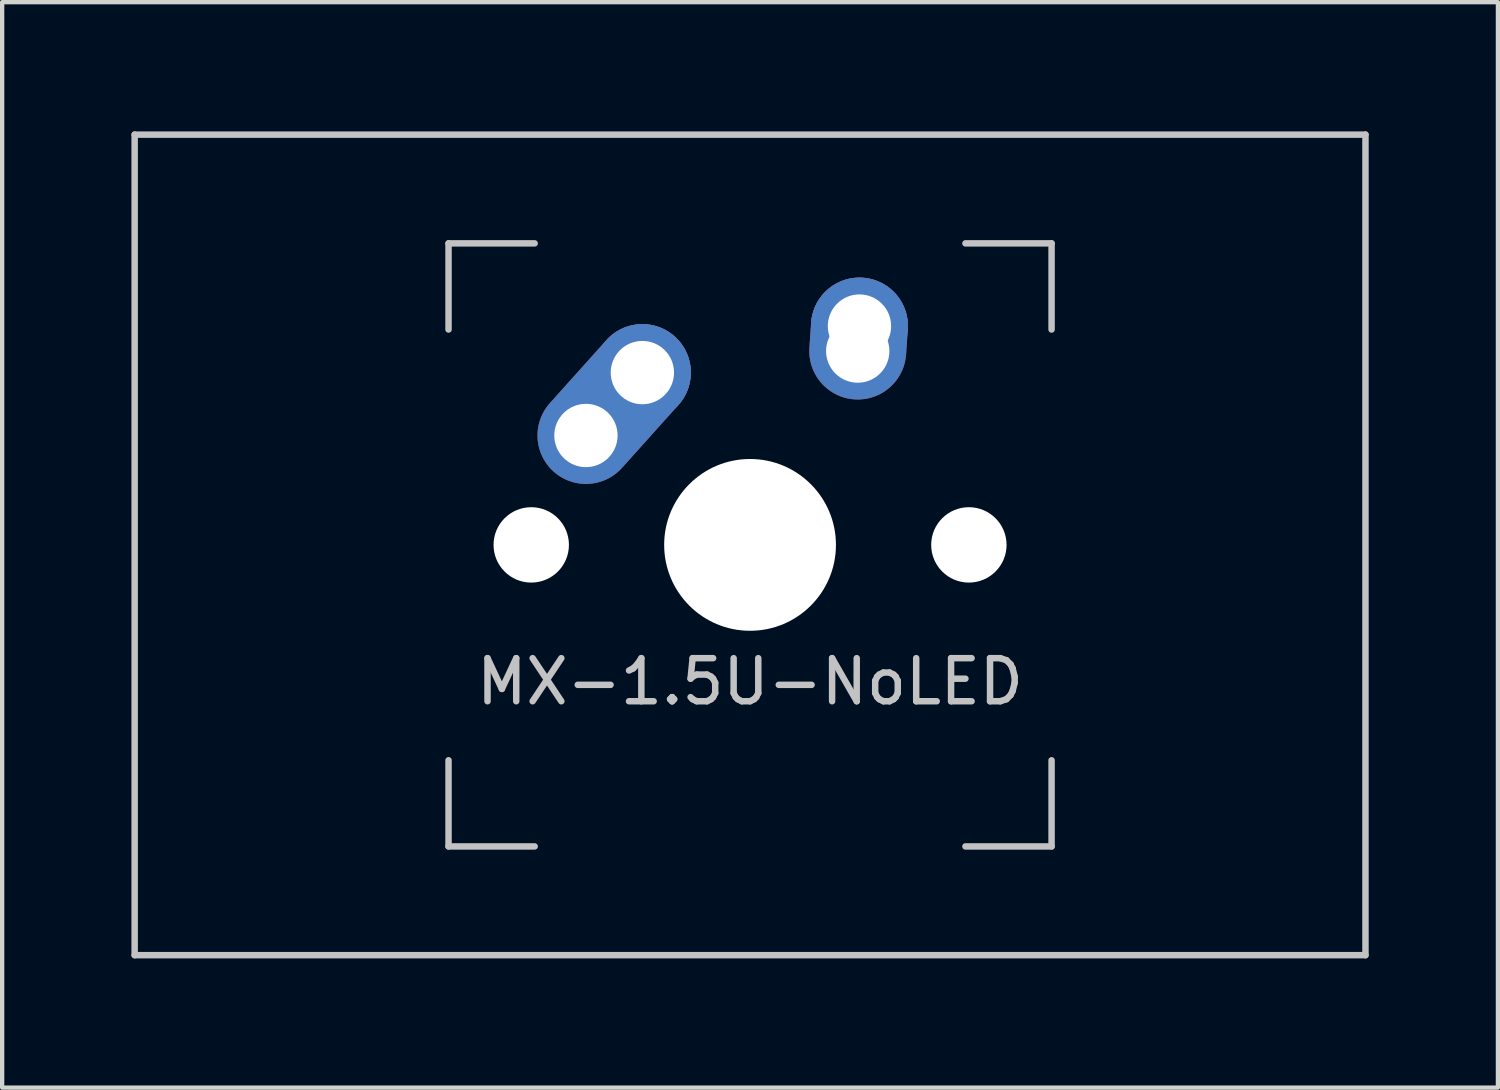
<source format=kicad_pcb>
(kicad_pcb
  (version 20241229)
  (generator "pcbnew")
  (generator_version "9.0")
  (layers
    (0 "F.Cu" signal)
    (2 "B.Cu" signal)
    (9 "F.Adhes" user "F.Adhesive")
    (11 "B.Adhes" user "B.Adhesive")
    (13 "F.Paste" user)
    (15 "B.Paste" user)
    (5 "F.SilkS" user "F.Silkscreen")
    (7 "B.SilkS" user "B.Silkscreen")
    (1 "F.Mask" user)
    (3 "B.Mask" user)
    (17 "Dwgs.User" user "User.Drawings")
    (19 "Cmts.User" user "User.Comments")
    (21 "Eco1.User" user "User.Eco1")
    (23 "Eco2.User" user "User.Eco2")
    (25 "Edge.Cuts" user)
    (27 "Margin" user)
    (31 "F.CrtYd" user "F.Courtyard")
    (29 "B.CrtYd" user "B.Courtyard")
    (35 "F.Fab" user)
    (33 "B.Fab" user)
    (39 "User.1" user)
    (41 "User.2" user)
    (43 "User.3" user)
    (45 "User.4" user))
  (footprint "MX-1.5U-NoLED"
    (layer "F.Cu")
    (at 14.363 9.6)
    (property "Reference" "MX-1.5U-NoLED" (at 0 3.175 0) (layer "Dwgs.User") (effects (font (size 1 1) (thickness 0.15))))
    (attr through_hole)
    (fp_line (start -14.287 -9.525) (end 14.287 -9.525) (stroke (width 0.15) (type solid)) (layer "Dwgs.User"))
    (fp_line (start -14.287 9.525) (end -14.287 -9.525) (stroke (width 0.15) (type solid)) (layer "Dwgs.User"))
    (fp_line (start -7 -7) (end -7 -5) (stroke (width 0.15) (type solid)) (layer "Dwgs.User"))
    (fp_line (start -7 5) (end -7 7) (stroke (width 0.15) (type solid)) (layer "Dwgs.User"))
    (fp_line (start -7 7) (end -5 7) (stroke (width 0.15) (type solid)) (layer "Dwgs.User"))
    (fp_line (start -5 -7) (end -7 -7) (stroke (width 0.15) (type solid)) (layer "Dwgs.User"))
    (fp_line (start 5 -7) (end 7 -7) (stroke (width 0.15) (type solid)) (layer "Dwgs.User"))
    (fp_line (start 5 7) (end 7 7) (stroke (width 0.15) (type solid)) (layer "Dwgs.User"))
    (fp_line (start 7 -7) (end 7 -5) (stroke (width 0.15) (type solid)) (layer "Dwgs.User"))
    (fp_line (start 7 7) (end 7 5) (stroke (width 0.15) (type solid)) (layer "Dwgs.User"))
    (fp_line (start 14.287 -9.525) (end 14.287 9.525) (stroke (width 0.15) (type solid)) (layer "Dwgs.User"))
    (fp_line (start 14.287 9.525) (end -14.287 9.525) (stroke (width 0.15) (type solid)) (layer "Dwgs.User"))
    (pad "" np_thru_hole circle (at -5.08 0 48.1) (size 1.75 1.75) (drill 1.75) (layers "*.Cu" "*.Mask"))
    (pad "" np_thru_hole circle (at 0 0) (size 3.988 3.988) (drill 3.988) (layers "*.Cu" "*.Mask"))
    (pad "" np_thru_hole circle (at 5.08 0 48.1) (size 1.75 1.75) (drill 1.75) (layers "*.Cu" "*.Mask"))
    (pad "1" thru_hole oval (at -3.81 -2.54 48.1) (size 4.212 2.25) (drill 1.47 (offset 0.981 0)) (layers "*.Cu" "B.Mask"))
    (pad "1" thru_hole circle (at -2.5 -4) (size 2.25 2.25) (drill 1.47) (layers "*.Cu" "B.Mask"))
    (pad "2" thru_hole oval (at 2.5 -4.5 86.055) (size 2.831 2.25) (drill 1.47 (offset 0.291 0)) (layers "*.Cu" "B.Mask"))
    (pad "2" thru_hole circle (at 2.54 -5.08) (size 2.25 2.25) (drill 1.47) (layers "*.Cu" "B.Mask")))
  (gr_rect
    (start -3 -3)
    (end 31.725 22.2)
    (stroke (width 0.1) (type default))
    (fill no)
    (layer "Edge.Cuts")))
</source>
